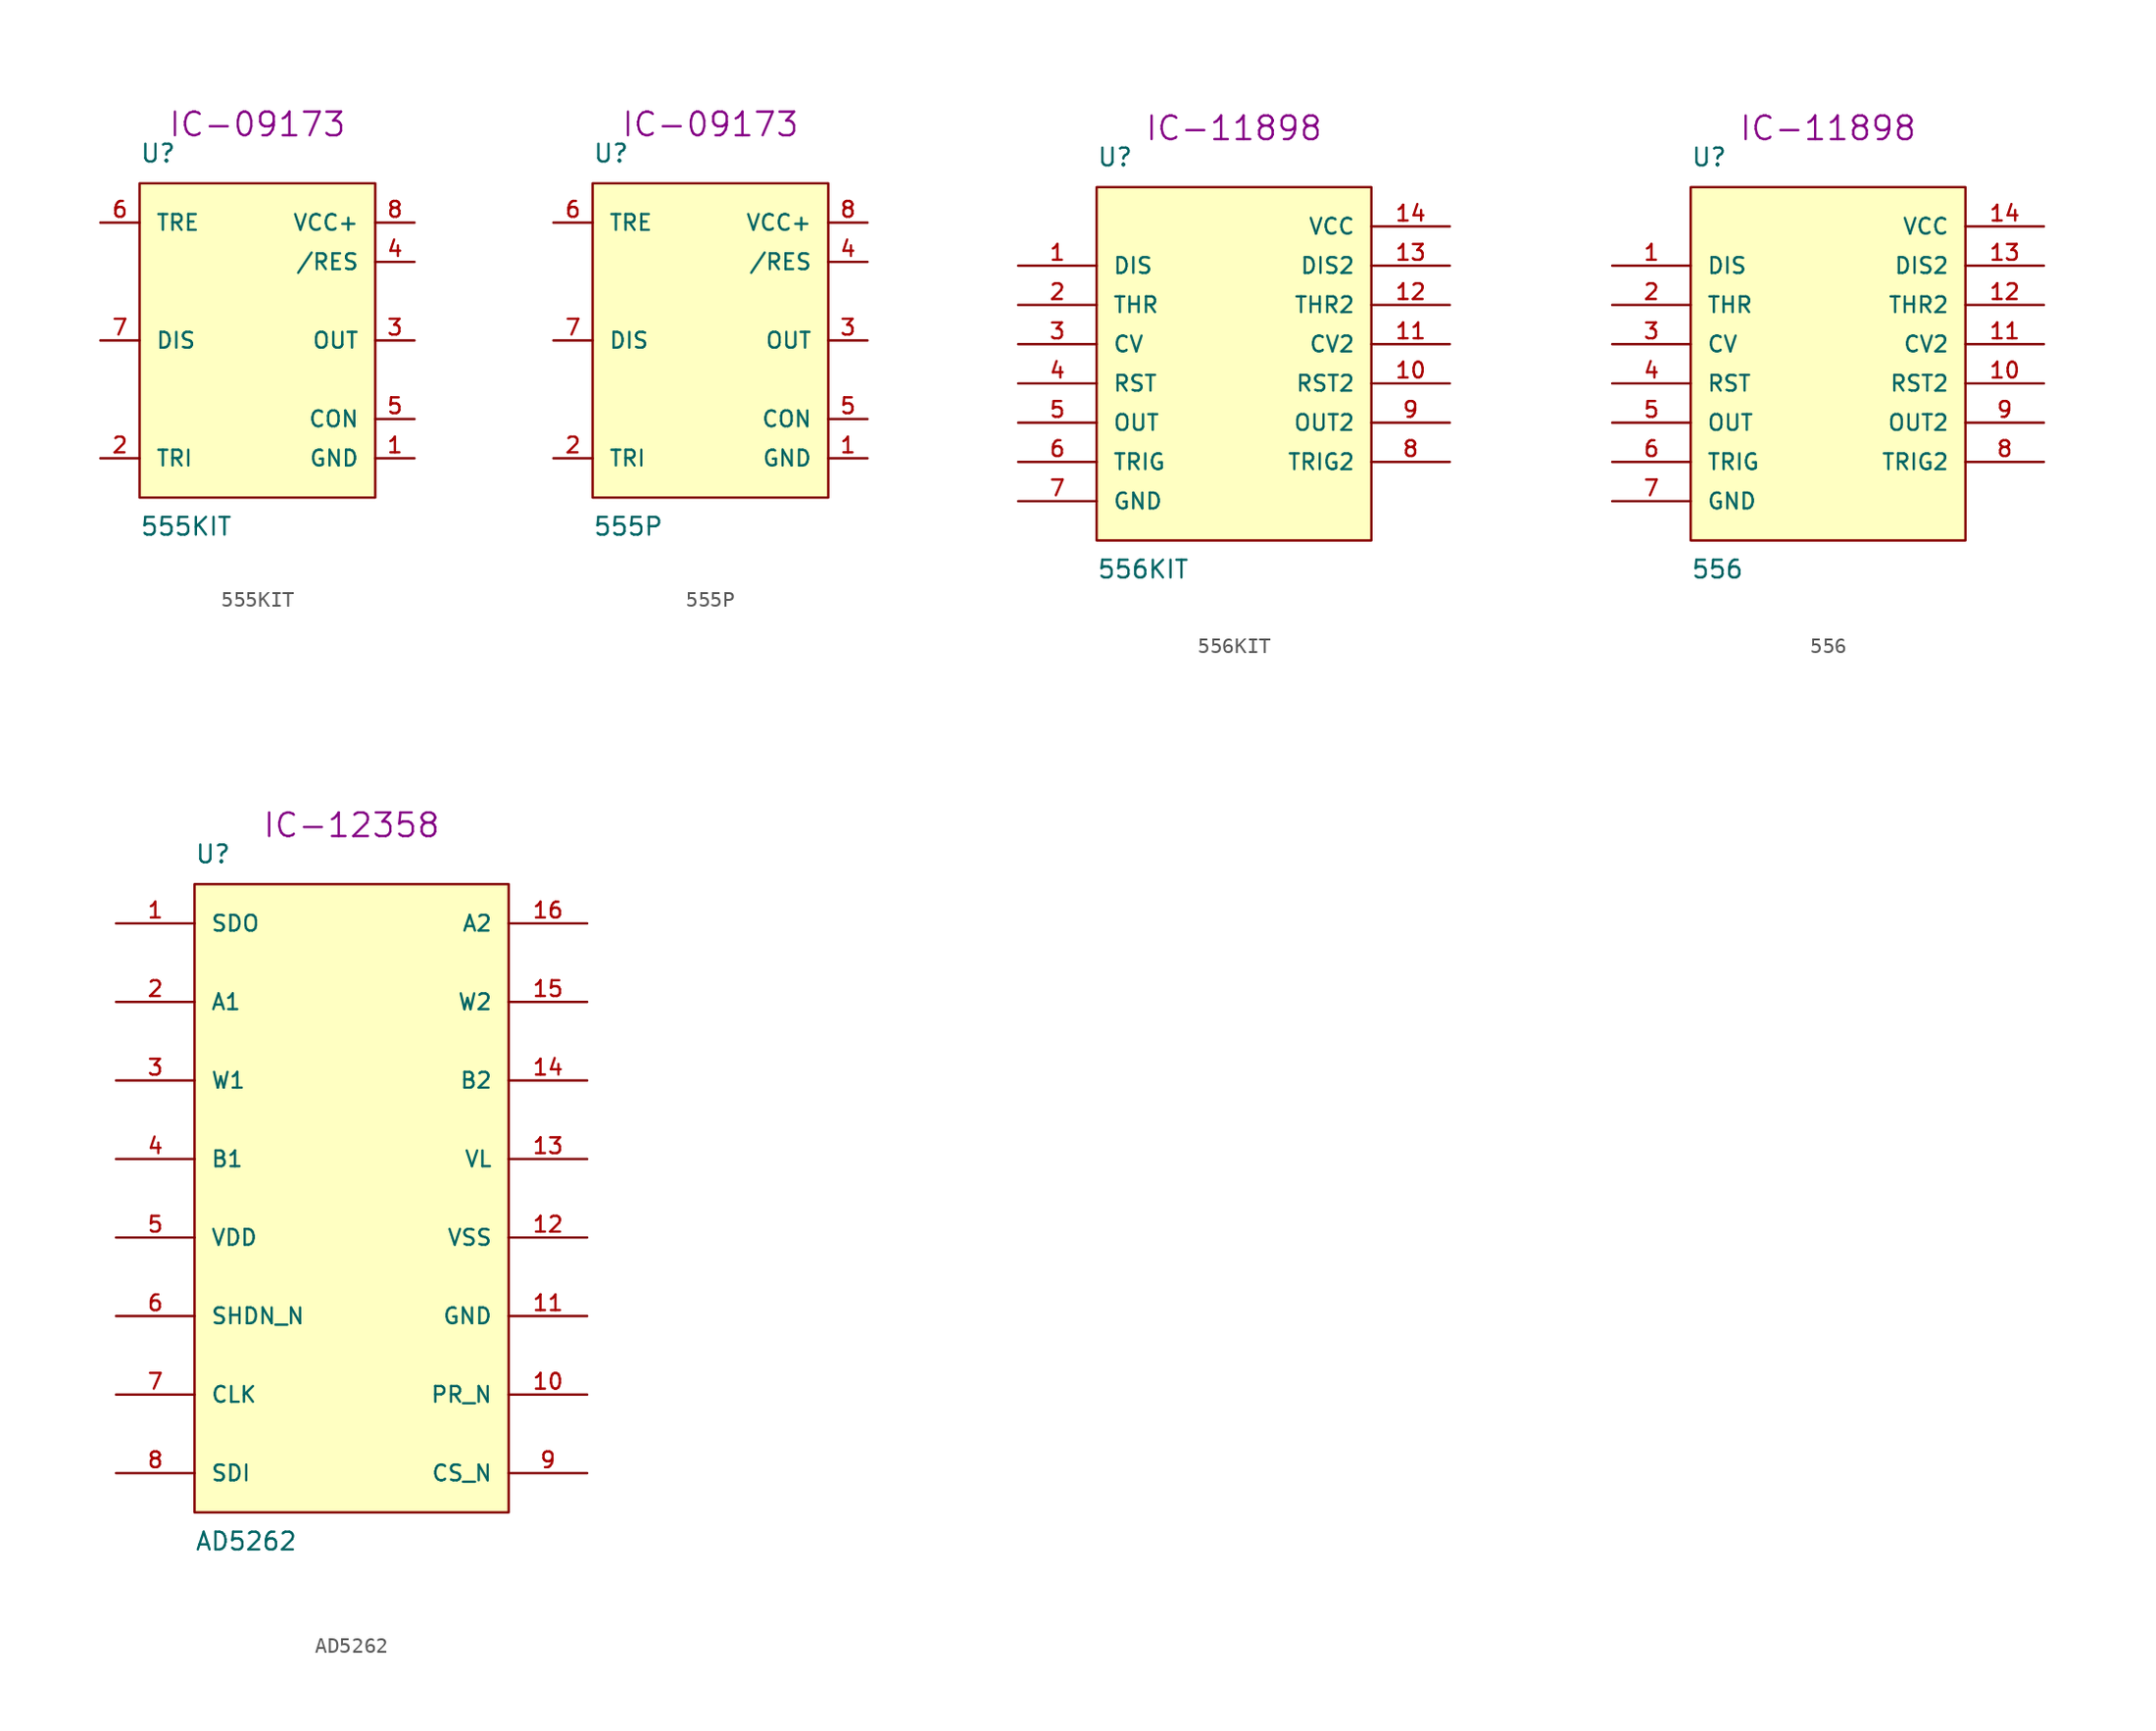
<source format=kicad_sym>
(kicad_symbol_lib
  (version 20220914)
  (generator kicad_symbol_editor)
  (symbol "555KIT"
    (pin_names
      (offset 1.016))
    (property "Reference" "U"
      (at -7.62 11.43 0)
      (effects (font (size 1.143 1.143)) (justify left bottom)))
    (property "Value" "555KIT"
      (at -7.62 -12.7 0)
      (effects (font (size 1.143 1.143)) (justify left bottom)))
    (property "Field4" "IC-09173"
      (at 0 13.97 0)
      (effects (font (size 1.524 1.524))))
    (property "ki_locked" ""
      (at 0 0 0)
      (effects (font (size 1.27 1.27))))
    (symbol "555KIT_1_1"
      (polyline (pts (xy -7.62 10.16) (xy -7.62 -10.16) (xy 7.62 -10.16) (xy 7.62 10.16) (xy -7.62 10.16)) (stroke (width 0) (type solid)) (fill (type background)))
      (pin power_in line (at 10.16 -7.62 180) (length 2.54) (name "GND" (effects (font (size 1.016 1.016)))) (number "1" (effects (font (size 1.016 1.016)))))
      (pin input line (at -10.16 -7.62 0) (length 2.54) (name "TRI" (effects (font (size 1.016 1.016)))) (number "2" (effects (font (size 1.016 1.016)))))
      (pin output line (at 10.16 0 180) (length 2.54) (name "OUT" (effects (font (size 1.016 1.016)))) (number "3" (effects (font (size 1.016 1.016)))))
      (pin input line (at 10.16 5.08 180) (length 2.54) (name "/RES" (effects (font (size 1.016 1.016)))) (number "4" (effects (font (size 1.016 1.016)))))
      (pin input line (at 10.16 -5.08 180) (length 2.54) (name "CON" (effects (font (size 1.016 1.016)))) (number "5" (effects (font (size 1.016 1.016)))))
      (pin input line (at -10.16 7.62 0) (length 2.54) (name "TRE" (effects (font (size 1.016 1.016)))) (number "6" (effects (font (size 1.016 1.016)))))
      (pin input line (at -10.16 0 0) (length 2.54) (name "DIS" (effects (font (size 1.016 1.016)))) (number "7" (effects (font (size 1.016 1.016)))))
      (pin power_in line (at 10.16 7.62 180) (length 2.54) (name "VCC+" (effects (font (size 1.016 1.016)))) (number "8" (effects (font (size 1.016 1.016)))))))
  (symbol "555P"
    (pin_names
      (offset 1.016))
    (property "Reference" "U"
      (at -7.62 11.43 0)
      (effects (font (size 1.143 1.143)) (justify left bottom)))
    (property "Value" "555P"
      (at -7.62 -12.7 0)
      (effects (font (size 1.143 1.143)) (justify left bottom)))
    (property "Field4" "IC-09173"
      (at 0 13.97 0)
      (effects (font (size 1.524 1.524))))
    (property "ki_locked" ""
      (at 0 0 0)
      (effects (font (size 1.27 1.27))))
    (symbol "555P_1_1"
      (polyline (pts (xy -7.62 10.16) (xy -7.62 -10.16) (xy 7.62 -10.16) (xy 7.62 10.16) (xy -7.62 10.16)) (stroke (width 0) (type solid)) (fill (type background)))
      (pin power_in line (at 10.16 -7.62 180) (length 2.54) (name "GND" (effects (font (size 1.016 1.016)))) (number "1" (effects (font (size 1.016 1.016)))))
      (pin input line (at -10.16 -7.62 0) (length 2.54) (name "TRI" (effects (font (size 1.016 1.016)))) (number "2" (effects (font (size 1.016 1.016)))))
      (pin output line (at 10.16 0 180) (length 2.54) (name "OUT" (effects (font (size 1.016 1.016)))) (number "3" (effects (font (size 1.016 1.016)))))
      (pin input line (at 10.16 5.08 180) (length 2.54) (name "/RES" (effects (font (size 1.016 1.016)))) (number "4" (effects (font (size 1.016 1.016)))))
      (pin input line (at 10.16 -5.08 180) (length 2.54) (name "CON" (effects (font (size 1.016 1.016)))) (number "5" (effects (font (size 1.016 1.016)))))
      (pin input line (at -10.16 7.62 0) (length 2.54) (name "TRE" (effects (font (size 1.016 1.016)))) (number "6" (effects (font (size 1.016 1.016)))))
      (pin input line (at -10.16 0 0) (length 2.54) (name "DIS" (effects (font (size 1.016 1.016)))) (number "7" (effects (font (size 1.016 1.016)))))
      (pin power_in line (at 10.16 7.62 180) (length 2.54) (name "VCC+" (effects (font (size 1.016 1.016)))) (number "8" (effects (font (size 1.016 1.016)))))))
  (symbol "556KIT"
    (pin_names
      (offset 1.016))
    (property "Reference" "U"
      (at -8.89 11.43 0)
      (effects (font (size 1.143 1.143)) (justify left bottom)))
    (property "Value" "556KIT"
      (at -8.89 -15.24 0)
      (effects (font (size 1.143 1.143)) (justify left bottom)))
    (property "Field4" "IC-11898"
      (at 0 13.97 0)
      (effects (font (size 1.524 1.524))))
    (property "ki_locked" ""
      (at 0 0 0)
      (effects (font (size 1.27 1.27))))
    (symbol "556KIT_1_1"
      (polyline (pts (xy -8.89 -12.7) (xy 8.89 -12.7) (xy 8.89 10.16) (xy -8.89 10.16) (xy -8.89 -12.7)) (stroke (width 0) (type solid)) (fill (type background)))
      (pin bidirectional line (at -13.97 5.08 0) (length 5.08) (name "DIS" (effects (font (size 1.016 1.016)))) (number "1" (effects (font (size 1.016 1.016)))))
      (pin bidirectional line (at 13.97 -2.54 180) (length 5.08) (name "RST2" (effects (font (size 1.016 1.016)))) (number "10" (effects (font (size 1.016 1.016)))))
      (pin bidirectional line (at 13.97 0 180) (length 5.08) (name "CV2" (effects (font (size 1.016 1.016)))) (number "11" (effects (font (size 1.016 1.016)))))
      (pin bidirectional line (at 13.97 2.54 180) (length 5.08) (name "THR2" (effects (font (size 1.016 1.016)))) (number "12" (effects (font (size 1.016 1.016)))))
      (pin bidirectional line (at 13.97 5.08 180) (length 5.08) (name "DIS2" (effects (font (size 1.016 1.016)))) (number "13" (effects (font (size 1.016 1.016)))))
      (pin bidirectional line (at 13.97 7.62 180) (length 5.08) (name "VCC" (effects (font (size 1.016 1.016)))) (number "14" (effects (font (size 1.016 1.016)))))
      (pin bidirectional line (at -13.97 2.54 0) (length 5.08) (name "THR" (effects (font (size 1.016 1.016)))) (number "2" (effects (font (size 1.016 1.016)))))
      (pin bidirectional line (at -13.97 0 0) (length 5.08) (name "CV" (effects (font (size 1.016 1.016)))) (number "3" (effects (font (size 1.016 1.016)))))
      (pin bidirectional line (at -13.97 -2.54 0) (length 5.08) (name "RST" (effects (font (size 1.016 1.016)))) (number "4" (effects (font (size 1.016 1.016)))))
      (pin bidirectional line (at -13.97 -5.08 0) (length 5.08) (name "OUT" (effects (font (size 1.016 1.016)))) (number "5" (effects (font (size 1.016 1.016)))))
      (pin bidirectional line (at -13.97 -7.62 0) (length 5.08) (name "TRIG" (effects (font (size 1.016 1.016)))) (number "6" (effects (font (size 1.016 1.016)))))
      (pin bidirectional line (at -13.97 -10.16 0) (length 5.08) (name "GND" (effects (font (size 1.016 1.016)))) (number "7" (effects (font (size 1.016 1.016)))))
      (pin bidirectional line (at 13.97 -7.62 180) (length 5.08) (name "TRIG2" (effects (font (size 1.016 1.016)))) (number "8" (effects (font (size 1.016 1.016)))))
      (pin bidirectional line (at 13.97 -5.08 180) (length 5.08) (name "OUT2" (effects (font (size 1.016 1.016)))) (number "9" (effects (font (size 1.016 1.016)))))))
  (symbol "556"
    (pin_names
      (offset 1.016))
    (property "Reference" "U"
      (at -8.89 11.43 0)
      (effects (font (size 1.143 1.143)) (justify left bottom)))
    (property "Value" "556"
      (at -8.89 -15.24 0)
      (effects (font (size 1.143 1.143)) (justify left bottom)))
    (property "Field4" "IC-11898"
      (at 0 13.97 0)
      (effects (font (size 1.524 1.524))))
    (property "ki_locked" ""
      (at 0 0 0)
      (effects (font (size 1.27 1.27))))
    (symbol "556_1_1"
      (polyline (pts (xy -8.89 -12.7) (xy 8.89 -12.7) (xy 8.89 10.16) (xy -8.89 10.16) (xy -8.89 -12.7)) (stroke (width 0) (type solid)) (fill (type background)))
      (pin bidirectional line (at -13.97 5.08 0) (length 5.08) (name "DIS" (effects (font (size 1.016 1.016)))) (number "1" (effects (font (size 1.016 1.016)))))
      (pin bidirectional line (at 13.97 -2.54 180) (length 5.08) (name "RST2" (effects (font (size 1.016 1.016)))) (number "10" (effects (font (size 1.016 1.016)))))
      (pin bidirectional line (at 13.97 0 180) (length 5.08) (name "CV2" (effects (font (size 1.016 1.016)))) (number "11" (effects (font (size 1.016 1.016)))))
      (pin bidirectional line (at 13.97 2.54 180) (length 5.08) (name "THR2" (effects (font (size 1.016 1.016)))) (number "12" (effects (font (size 1.016 1.016)))))
      (pin bidirectional line (at 13.97 5.08 180) (length 5.08) (name "DIS2" (effects (font (size 1.016 1.016)))) (number "13" (effects (font (size 1.016 1.016)))))
      (pin bidirectional line (at 13.97 7.62 180) (length 5.08) (name "VCC" (effects (font (size 1.016 1.016)))) (number "14" (effects (font (size 1.016 1.016)))))
      (pin bidirectional line (at -13.97 2.54 0) (length 5.08) (name "THR" (effects (font (size 1.016 1.016)))) (number "2" (effects (font (size 1.016 1.016)))))
      (pin bidirectional line (at -13.97 0 0) (length 5.08) (name "CV" (effects (font (size 1.016 1.016)))) (number "3" (effects (font (size 1.016 1.016)))))
      (pin bidirectional line (at -13.97 -2.54 0) (length 5.08) (name "RST" (effects (font (size 1.016 1.016)))) (number "4" (effects (font (size 1.016 1.016)))))
      (pin bidirectional line (at -13.97 -5.08 0) (length 5.08) (name "OUT" (effects (font (size 1.016 1.016)))) (number "5" (effects (font (size 1.016 1.016)))))
      (pin bidirectional line (at -13.97 -7.62 0) (length 5.08) (name "TRIG" (effects (font (size 1.016 1.016)))) (number "6" (effects (font (size 1.016 1.016)))))
      (pin bidirectional line (at -13.97 -10.16 0) (length 5.08) (name "GND" (effects (font (size 1.016 1.016)))) (number "7" (effects (font (size 1.016 1.016)))))
      (pin bidirectional line (at 13.97 -7.62 180) (length 5.08) (name "TRIG2" (effects (font (size 1.016 1.016)))) (number "8" (effects (font (size 1.016 1.016)))))
      (pin bidirectional line (at 13.97 -5.08 180) (length 5.08) (name "OUT2" (effects (font (size 1.016 1.016)))) (number "9" (effects (font (size 1.016 1.016)))))))
  (symbol "AD5262"
    (pin_names
      (offset 1.016))
    (property "Reference" "U"
      (at -10.16 21.59 0)
      (effects (font (size 1.143 1.143)) (justify left bottom)))
    (property "Value" "AD5262"
      (at -10.16 -22.86 0)
      (effects (font (size 1.143 1.143)) (justify left bottom)))
    (property "Field4" "IC-12358"
      (at 0 24.13 0)
      (effects (font (size 1.524 1.524))))
    (property "ki_locked" ""
      (at 0 0 0)
      (effects (font (size 1.27 1.27))))
    (symbol "AD5262_1_1"
      (polyline (pts (xy -10.16 20.32) (xy -10.16 -20.32) (xy 10.16 -20.32) (xy 10.16 20.32) (xy -10.16 20.32)) (stroke (width 0) (type solid)) (fill (type background)))
      (pin output line (at -15.24 17.78 0) (length 5.08) (name "SDO" (effects (font (size 1.016 1.016)))) (number "1" (effects (font (size 1.016 1.016)))))
      (pin input line (at 15.24 -12.7 180) (length 5.08) (name "PR_N" (effects (font (size 1.016 1.016)))) (number "10" (effects (font (size 1.016 1.016)))))
      (pin power_in line (at 15.24 -7.62 180) (length 5.08) (name "GND" (effects (font (size 1.016 1.016)))) (number "11" (effects (font (size 1.016 1.016)))))
      (pin power_in line (at 15.24 -2.54 180) (length 5.08) (name "VSS" (effects (font (size 1.016 1.016)))) (number "12" (effects (font (size 1.016 1.016)))))
      (pin power_in line (at 15.24 2.54 180) (length 5.08) (name "VL" (effects (font (size 1.016 1.016)))) (number "13" (effects (font (size 1.016 1.016)))))
      (pin passive line (at 15.24 7.62 180) (length 5.08) (name "B2" (effects (font (size 1.016 1.016)))) (number "14" (effects (font (size 1.016 1.016)))))
      (pin passive line (at 15.24 12.7 180) (length 5.08) (name "W2" (effects (font (size 1.016 1.016)))) (number "15" (effects (font (size 1.016 1.016)))))
      (pin passive line (at 15.24 17.78 180) (length 5.08) (name "A2" (effects (font (size 1.016 1.016)))) (number "16" (effects (font (size 1.016 1.016)))))
      (pin passive line (at -15.24 12.7 0) (length 5.08) (name "A1" (effects (font (size 1.016 1.016)))) (number "2" (effects (font (size 1.016 1.016)))))
      (pin passive line (at -15.24 7.62 0) (length 5.08) (name "W1" (effects (font (size 1.016 1.016)))) (number "3" (effects (font (size 1.016 1.016)))))
      (pin passive line (at -15.24 2.54 0) (length 5.08) (name "B1" (effects (font (size 1.016 1.016)))) (number "4" (effects (font (size 1.016 1.016)))))
      (pin power_in line (at -15.24 -2.54 0) (length 5.08) (name "VDD" (effects (font (size 1.016 1.016)))) (number "5" (effects (font (size 1.016 1.016)))))
      (pin input line (at -15.24 -7.62 0) (length 5.08) (name "SHDN_N" (effects (font (size 1.016 1.016)))) (number "6" (effects (font (size 1.016 1.016)))))
      (pin input line (at -15.24 -12.7 0) (length 5.08) (name "CLK" (effects (font (size 1.016 1.016)))) (number "7" (effects (font (size 1.016 1.016)))))
      (pin input line (at -15.24 -17.78 0) (length 5.08) (name "SDI" (effects (font (size 1.016 1.016)))) (number "8" (effects (font (size 1.016 1.016)))))
      (pin input line (at 15.24 -17.78 180) (length 5.08) (name "CS_N" (effects (font (size 1.016 1.016)))) (number "9" (effects (font (size 1.016 1.016))))))))
</source>
